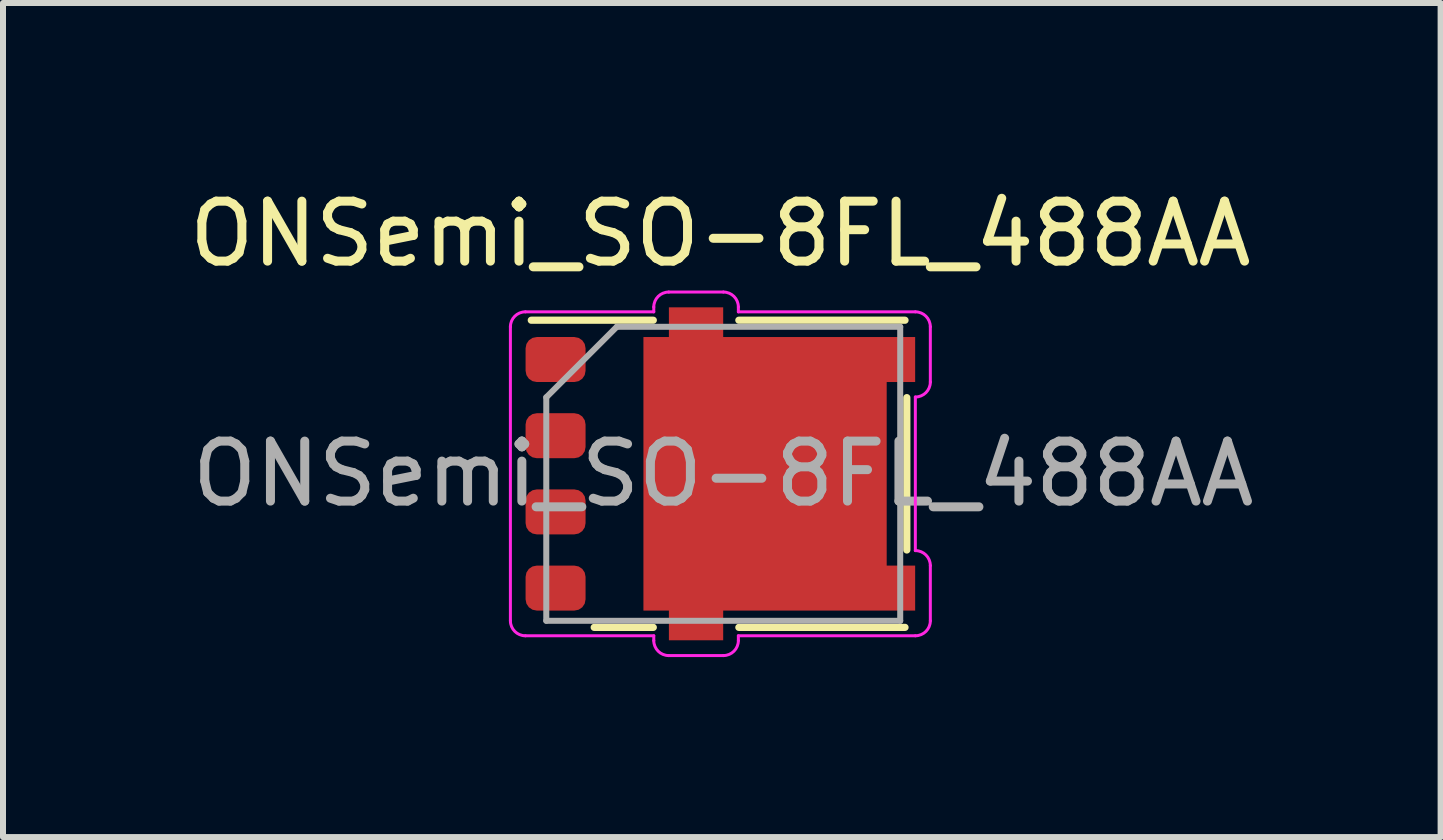
<source format=kicad_pcb>
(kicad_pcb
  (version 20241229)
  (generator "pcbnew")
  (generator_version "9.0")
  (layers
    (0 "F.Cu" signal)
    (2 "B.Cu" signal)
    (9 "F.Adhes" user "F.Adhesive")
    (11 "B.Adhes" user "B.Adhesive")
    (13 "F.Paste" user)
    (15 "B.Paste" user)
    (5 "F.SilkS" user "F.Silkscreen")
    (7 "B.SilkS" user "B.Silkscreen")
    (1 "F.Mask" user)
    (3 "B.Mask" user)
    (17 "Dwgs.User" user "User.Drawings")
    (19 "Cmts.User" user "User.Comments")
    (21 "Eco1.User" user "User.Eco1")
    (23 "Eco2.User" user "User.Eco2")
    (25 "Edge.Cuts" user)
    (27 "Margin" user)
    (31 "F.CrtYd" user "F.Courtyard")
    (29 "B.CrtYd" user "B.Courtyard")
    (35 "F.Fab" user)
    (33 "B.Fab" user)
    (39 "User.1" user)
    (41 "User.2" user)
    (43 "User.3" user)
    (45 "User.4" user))
  (footprint "ONSemi_SO-8FL_488AA"
    (layer "F.Cu")
    (at 8.958 4.848)
    (property "Reference" "ONSemi_SO-8FL_488AA" (at 0 -4 0) (layer "F.SilkS") (effects (font (size 1 1) (thickness 0.15))))
    (attr smd)
    (fp_line (start -1.118 -2.56) (end -3.152 -2.56) (stroke (width 0.12) (type solid)) (layer "F.SilkS"))
    (fp_line (start -1.118 2.56) (end -2.103 2.56) (stroke (width 0.12) (type solid)) (layer "F.SilkS"))
    (fp_line (start 3.078 -2.56) (end 0.308 -2.56) (stroke (width 0.12) (type solid)) (layer "F.SilkS"))
    (fp_line (start 3.078 2.56) (end 0.308 2.56) (stroke (width 0.12) (type solid)) (layer "F.SilkS"))
    (fp_line (start 3.108 -1.27) (end 3.108 1.27) (stroke (width 0.12) (type solid)) (layer "F.SilkS"))
    (fp_line (start -3.5 2.45) (end -3.5 -2.45) (stroke (width 0.05) (type solid)) (layer "F.CrtYd"))
    (fp_line (start -3.25 -2.7) (end -1.11 -2.7) (stroke (width 0.05) (type solid)) (layer "F.CrtYd"))
    (fp_line (start -3.25 2.7) (end -1.11 2.7) (stroke (width 0.05) (type solid)) (layer "F.CrtYd"))
    (fp_line (start -1.11 -2.78) (end -1.11 -2.7) (stroke (width 0.05) (type solid)) (layer "F.CrtYd"))
    (fp_line (start -1.11 2.7) (end -1.11 2.78) (stroke (width 0.05) (type solid)) (layer "F.CrtYd"))
    (fp_line (start -0.86 -3.03) (end 0.05 -3.03) (stroke (width 0.05) (type solid)) (layer "F.CrtYd"))
    (fp_line (start -0.86 3.03) (end 0.05 3.03) (stroke (width 0.05) (type solid)) (layer "F.CrtYd"))
    (fp_line (start 0.3 -2.7) (end 0.3 -2.78) (stroke (width 0.05) (type solid)) (layer "F.CrtYd"))
    (fp_line (start 0.3 -2.7) (end 3.25 -2.7) (stroke (width 0.05) (type solid)) (layer "F.CrtYd"))
    (fp_line (start 0.3 2.7) (end 3.25 2.7) (stroke (width 0.05) (type solid)) (layer "F.CrtYd"))
    (fp_line (start 0.3 2.78) (end 0.3 2.7) (stroke (width 0.05) (type solid)) (layer "F.CrtYd"))
    (fp_line (start 3.25 1.28) (end 3.25 -1.28) (stroke (width 0.05) (type solid)) (layer "F.CrtYd"))
    (fp_line (start 3.5 -1.53) (end 3.5 -2.45) (stroke (width 0.05) (type solid)) (layer "F.CrtYd"))
    (fp_line (start 3.5 2.45) (end 3.5 1.53) (stroke (width 0.05) (type solid)) (layer "F.CrtYd"))
    (fp_arc (start -3.5 -2.45) (mid -3.426777 -2.626777) (end -3.25 -2.7) (stroke (width 0.05) (type solid)) (layer "F.CrtYd"))
    (fp_arc (start -3.25 2.7) (mid -3.426777 2.626777) (end -3.5 2.45) (stroke (width 0.05) (type solid)) (layer "F.CrtYd"))
    (fp_arc (start -1.11 -2.78) (mid -1.036777 -2.956777) (end -0.86 -3.03) (stroke (width 0.05) (type solid)) (layer "F.CrtYd"))
    (fp_arc (start -0.86 3.03) (mid -1.036777 2.956777) (end -1.11 2.78) (stroke (width 0.05) (type solid)) (layer "F.CrtYd"))
    (fp_arc (start 0.05 -3.03) (mid 0.226777 -2.956777) (end 0.3 -2.78) (stroke (width 0.05) (type solid)) (layer "F.CrtYd"))
    (fp_arc (start 0.3 2.78) (mid 0.226777 2.956777) (end 0.05 3.03) (stroke (width 0.05) (type solid)) (layer "F.CrtYd"))
    (fp_arc (start 3.25 -2.7) (mid 3.426777 -2.626777) (end 3.5 -2.45) (stroke (width 0.05) (type solid)) (layer "F.CrtYd"))
    (fp_arc (start 3.25 1.28) (mid 3.426777 1.353223) (end 3.5 1.53) (stroke (width 0.05) (type solid)) (layer "F.CrtYd"))
    (fp_arc (start 3.5 -1.53) (mid 3.426777 -1.353223) (end 3.25 -1.28) (stroke (width 0.05) (type solid)) (layer "F.CrtYd"))
    (fp_arc (start 3.5 2.45) (mid 3.426777 2.626777) (end 3.25 2.7) (stroke (width 0.05) (type solid)) (layer "F.CrtYd"))
    (fp_line (start -2.902 -1.275) (end -2.902 2.45) (stroke (width 0.1) (type solid)) (layer "F.Fab"))
    (fp_line (start -1.727 -2.45) (end -2.902 -1.275) (stroke (width 0.1) (type solid)) (layer "F.Fab"))
    (fp_line (start 2.998 -2.45) (end -1.727 -2.45) (stroke (width 0.1) (type solid)) (layer "F.Fab"))
    (fp_line (start 2.998 -2.45) (end 2.998 2.45) (stroke (width 0.1) (type solid)) (layer "F.Fab"))
    (fp_line (start 2.998 2.45) (end -2.902 2.45) (stroke (width 0.1) (type solid)) (layer "F.Fab"))
    (fp_text user "${REFERENCE}" (at 0.048 0 0) (layer "F.Fab") (effects (font (size 1 1) (thickness 0.15))))
    (pad "1" smd roundrect (at -2.747 -1.905) (size 1 0.75) (layers "F.Cu" "F.Mask" "F.Paste") (roundrect_rratio 0.25))
    (pad "2" smd roundrect (at -2.747 -0.635) (size 1 0.75) (layers "F.Cu" "F.Mask" "F.Paste") (roundrect_rratio 0.25))
    (pad "3" smd roundrect (at -2.747 0.635) (size 1 0.75) (layers "F.Cu" "F.Mask" "F.Paste") (roundrect_rratio 0.25))
    (pad "4" smd roundrect (at -2.747 1.905) (size 1 0.75) (layers "F.Cu" "F.Mask" "F.Paste") (roundrect_rratio 0.25))
    (pad "5" smd custom (at 0.745 0) (size 4.055 4.56) (layers "F.Cu" "F.Mask" "F.Paste") (options (anchor rect)) (primitives (gr_poly (pts (xy -0.698 -2.28) (xy 2.502 -2.28) (xy 2.502 -1.53) (xy 1.905 -1.53) (xy 1.905 1.53) (xy 2.502 1.53) (xy 2.502 2.28) (xy -0.698 2.28) (xy -0.698 2.775) (xy -1.603 2.775) (xy -1.603 -2.775) (xy -0.698 -2.775)) (width 0) (fill yes)))))
  (gr_rect
    (start -3 -3)
    (end 20.964 10.903)
    (stroke (width 0.1) (type default))
    (fill no)
    (layer "Edge.Cuts")))
</source>
